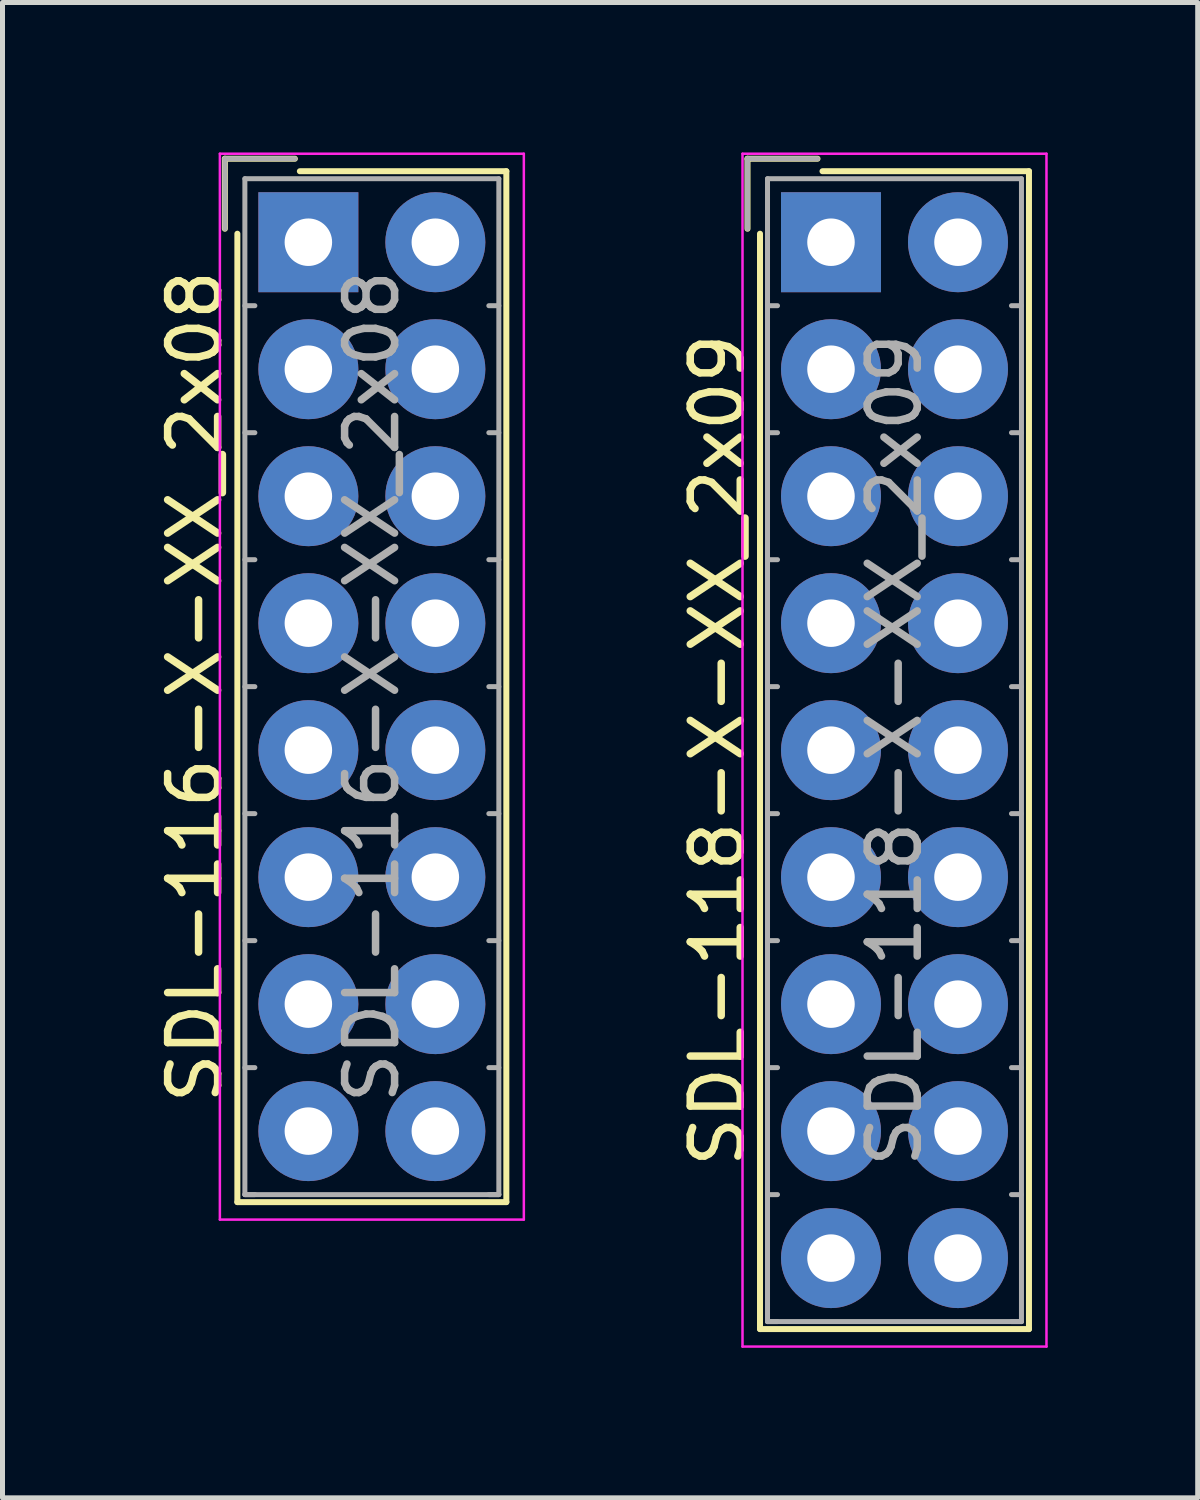
<source format=kicad_pcb>
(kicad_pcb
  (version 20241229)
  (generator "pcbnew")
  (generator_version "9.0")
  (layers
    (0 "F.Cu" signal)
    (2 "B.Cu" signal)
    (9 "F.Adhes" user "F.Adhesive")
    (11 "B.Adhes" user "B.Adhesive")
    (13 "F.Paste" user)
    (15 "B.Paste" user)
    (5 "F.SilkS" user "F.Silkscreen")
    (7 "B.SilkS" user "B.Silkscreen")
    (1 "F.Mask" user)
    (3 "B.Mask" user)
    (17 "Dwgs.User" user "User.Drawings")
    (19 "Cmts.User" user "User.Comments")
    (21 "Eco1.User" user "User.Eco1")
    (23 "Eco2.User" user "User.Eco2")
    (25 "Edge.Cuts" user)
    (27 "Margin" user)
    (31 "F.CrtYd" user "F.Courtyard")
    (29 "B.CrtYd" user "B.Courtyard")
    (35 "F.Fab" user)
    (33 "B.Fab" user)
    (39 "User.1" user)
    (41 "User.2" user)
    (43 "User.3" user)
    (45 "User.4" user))
  (footprint "SDL-116-X-XX_2x08"
    (layer "F.Cu")
    (at 3.118 1.795)
    (property "Reference" "SDL-116-X-XX_2x08" (at -2.27 8.89 90) (layer "F.SilkS") (effects (font (size 1 1) (thickness 0.15))))
    (attr through_hole)
    (fp_line (start -1.67 -1.67) (end -1.67 -0.27) (stroke (width 0.12) (type solid)) (layer "F.SilkS"))
    (fp_line (start -1.42 19.2) (end -1.42 -0.17) (stroke (width 0.12) (type solid)) (layer "F.SilkS"))
    (fp_line (start -0.27 -1.67) (end -1.67 -1.67) (stroke (width 0.12) (type solid)) (layer "F.SilkS"))
    (fp_line (start -0.17 -1.42) (end 3.96 -1.42) (stroke (width 0.12) (type solid)) (layer "F.SilkS"))
    (fp_line (start 3.96 -1.42) (end 3.96 19.2) (stroke (width 0.12) (type solid)) (layer "F.SilkS"))
    (fp_line (start 3.96 19.2) (end -1.42 19.2) (stroke (width 0.12) (type solid)) (layer "F.SilkS"))
    (fp_line (start -1.77 -1.77) (end -1.77 19.55) (stroke (width 0.05) (type solid)) (layer "F.CrtYd"))
    (fp_line (start -1.77 19.55) (end 4.31 19.55) (stroke (width 0.05) (type solid)) (layer "F.CrtYd"))
    (fp_line (start 4.31 -1.77) (end -1.77 -1.77) (stroke (width 0.05) (type solid)) (layer "F.CrtYd"))
    (fp_line (start 4.31 19.55) (end 4.31 -1.77) (stroke (width 0.05) (type solid)) (layer "F.CrtYd"))
    (fp_line (start -1.67 -1.67) (end -1.67 -0.27) (stroke (width 0.1) (type solid)) (layer "F.Fab"))
    (fp_line (start -1.27 -1.27) (end -1.27 19.05) (stroke (width 0.1) (type solid)) (layer "F.Fab"))
    (fp_line (start -1.27 1.27) (end -1.07 1.27) (stroke (width 0.1) (type solid)) (layer "F.Fab"))
    (fp_line (start -1.27 3.81) (end -1.07 3.81) (stroke (width 0.1) (type solid)) (layer "F.Fab"))
    (fp_line (start -1.27 6.35) (end -1.07 6.35) (stroke (width 0.1) (type solid)) (layer "F.Fab"))
    (fp_line (start -1.27 8.89) (end -1.07 8.89) (stroke (width 0.1) (type solid)) (layer "F.Fab"))
    (fp_line (start -1.27 11.43) (end -1.07 11.43) (stroke (width 0.1) (type solid)) (layer "F.Fab"))
    (fp_line (start -1.27 13.97) (end -1.07 13.97) (stroke (width 0.1) (type solid)) (layer "F.Fab"))
    (fp_line (start -1.27 16.51) (end -1.07 16.51) (stroke (width 0.1) (type solid)) (layer "F.Fab"))
    (fp_line (start -1.27 19.05) (end -1.07 19.05) (stroke (width 0.1) (type solid)) (layer "F.Fab"))
    (fp_line (start -1.27 19.05) (end 3.81 19.05) (stroke (width 0.1) (type solid)) (layer "F.Fab"))
    (fp_line (start -0.27 -1.67) (end -1.67 -1.67) (stroke (width 0.1) (type solid)) (layer "F.Fab"))
    (fp_line (start 3.81 -1.27) (end -1.27 -1.27) (stroke (width 0.1) (type solid)) (layer "F.Fab"))
    (fp_line (start 3.81 1.27) (end 3.61 1.27) (stroke (width 0.1) (type solid)) (layer "F.Fab"))
    (fp_line (start 3.81 3.81) (end 3.61 3.81) (stroke (width 0.1) (type solid)) (layer "F.Fab"))
    (fp_line (start 3.81 6.35) (end 3.61 6.35) (stroke (width 0.1) (type solid)) (layer "F.Fab"))
    (fp_line (start 3.81 8.89) (end 3.61 8.89) (stroke (width 0.1) (type solid)) (layer "F.Fab"))
    (fp_line (start 3.81 11.43) (end 3.61 11.43) (stroke (width 0.1) (type solid)) (layer "F.Fab"))
    (fp_line (start 3.81 13.97) (end 3.61 13.97) (stroke (width 0.1) (type solid)) (layer "F.Fab"))
    (fp_line (start 3.81 16.51) (end 3.61 16.51) (stroke (width 0.1) (type solid)) (layer "F.Fab"))
    (fp_line (start 3.81 19.05) (end 3.61 19.05) (stroke (width 0.1) (type solid)) (layer "F.Fab"))
    (fp_line (start 3.81 19.05) (end 3.81 -1.27) (stroke (width 0.1) (type solid)) (layer "F.Fab"))
    (fp_text user "${REFERENCE}" (at 1.27 8.89 90) (layer "F.Fab") (effects (font (size 1 1) (thickness 0.15))))
    (pad "1" thru_hole rect (at 0 0) (size 2 2) (drill 0.95) (layers "*.Cu" "*.Mask"))
    (pad "2" thru_hole circle (at 2.54 0) (size 2 2) (drill 0.95) (layers "*.Cu" "*.Mask"))
    (pad "3" thru_hole circle (at 0 2.54) (size 2 2) (drill 0.95) (layers "*.Cu" "*.Mask"))
    (pad "4" thru_hole circle (at 2.54 2.54) (size 2 2) (drill 0.95) (layers "*.Cu" "*.Mask"))
    (pad "5" thru_hole circle (at 0 5.08) (size 2 2) (drill 0.95) (layers "*.Cu" "*.Mask"))
    (pad "6" thru_hole circle (at 2.54 5.08) (size 2 2) (drill 0.95) (layers "*.Cu" "*.Mask"))
    (pad "7" thru_hole circle (at 0 7.62) (size 2 2) (drill 0.95) (layers "*.Cu" "*.Mask"))
    (pad "8" thru_hole circle (at 2.54 7.62) (size 2 2) (drill 0.95) (layers "*.Cu" "*.Mask"))
    (pad "9" thru_hole circle (at 0 10.16) (size 2 2) (drill 0.95) (layers "*.Cu" "*.Mask"))
    (pad "10" thru_hole circle (at 2.54 10.16) (size 2 2) (drill 0.95) (layers "*.Cu" "*.Mask"))
    (pad "11" thru_hole circle (at 0 12.7) (size 2 2) (drill 0.95) (layers "*.Cu" "*.Mask"))
    (pad "12" thru_hole circle (at 2.54 12.7) (size 2 2) (drill 0.95) (layers "*.Cu" "*.Mask"))
    (pad "13" thru_hole circle (at 0 15.24) (size 2 2) (drill 0.95) (layers "*.Cu" "*.Mask"))
    (pad "14" thru_hole circle (at 2.54 15.24) (size 2 2) (drill 0.95) (layers "*.Cu" "*.Mask"))
    (pad "15" thru_hole circle (at 0 17.78) (size 2 2) (drill 0.95) (layers "*.Cu" "*.Mask"))
    (pad "16" thru_hole circle (at 2.54 17.78) (size 2 2) (drill 0.95) (layers "*.Cu" "*.Mask")))
  (footprint "SDL-118-X-XX_2x09"
    (layer "F.Cu")
    (at 13.572 1.795)
    (property "Reference" "SDL-118-X-XX_2x09" (at -2.27 10.16 90) (layer "F.SilkS") (effects (font (size 1 1) (thickness 0.15))))
    (attr through_hole)
    (fp_line (start -1.67 -1.67) (end -1.67 -0.27) (stroke (width 0.12) (type solid)) (layer "F.SilkS"))
    (fp_line (start -1.42 21.74) (end -1.42 -0.17) (stroke (width 0.12) (type solid)) (layer "F.SilkS"))
    (fp_line (start -0.27 -1.67) (end -1.67 -1.67) (stroke (width 0.12) (type solid)) (layer "F.SilkS"))
    (fp_line (start -0.17 -1.42) (end 3.96 -1.42) (stroke (width 0.12) (type solid)) (layer "F.SilkS"))
    (fp_line (start 3.96 -1.42) (end 3.96 21.74) (stroke (width 0.12) (type solid)) (layer "F.SilkS"))
    (fp_line (start 3.96 21.74) (end -1.42 21.74) (stroke (width 0.12) (type solid)) (layer "F.SilkS"))
    (fp_line (start -1.77 -1.77) (end -1.77 22.09) (stroke (width 0.05) (type solid)) (layer "F.CrtYd"))
    (fp_line (start -1.77 22.09) (end 4.31 22.09) (stroke (width 0.05) (type solid)) (layer "F.CrtYd"))
    (fp_line (start 4.31 -1.77) (end -1.77 -1.77) (stroke (width 0.05) (type solid)) (layer "F.CrtYd"))
    (fp_line (start 4.31 22.09) (end 4.31 -1.77) (stroke (width 0.05) (type solid)) (layer "F.CrtYd"))
    (fp_line (start -1.67 -1.67) (end -1.67 -0.27) (stroke (width 0.1) (type solid)) (layer "F.Fab"))
    (fp_line (start -1.27 -1.27) (end -1.27 21.59) (stroke (width 0.1) (type solid)) (layer "F.Fab"))
    (fp_line (start -1.27 1.27) (end -1.07 1.27) (stroke (width 0.1) (type solid)) (layer "F.Fab"))
    (fp_line (start -1.27 3.81) (end -1.07 3.81) (stroke (width 0.1) (type solid)) (layer "F.Fab"))
    (fp_line (start -1.27 6.35) (end -1.07 6.35) (stroke (width 0.1) (type solid)) (layer "F.Fab"))
    (fp_line (start -1.27 8.89) (end -1.07 8.89) (stroke (width 0.1) (type solid)) (layer "F.Fab"))
    (fp_line (start -1.27 11.43) (end -1.07 11.43) (stroke (width 0.1) (type solid)) (layer "F.Fab"))
    (fp_line (start -1.27 13.97) (end -1.07 13.97) (stroke (width 0.1) (type solid)) (layer "F.Fab"))
    (fp_line (start -1.27 16.51) (end -1.07 16.51) (stroke (width 0.1) (type solid)) (layer "F.Fab"))
    (fp_line (start -1.27 19.05) (end -1.07 19.05) (stroke (width 0.1) (type solid)) (layer "F.Fab"))
    (fp_line (start -1.27 21.59) (end -1.07 21.59) (stroke (width 0.1) (type solid)) (layer "F.Fab"))
    (fp_line (start -1.27 21.59) (end 3.81 21.59) (stroke (width 0.1) (type solid)) (layer "F.Fab"))
    (fp_line (start -0.27 -1.67) (end -1.67 -1.67) (stroke (width 0.1) (type solid)) (layer "F.Fab"))
    (fp_line (start 3.81 -1.27) (end -1.27 -1.27) (stroke (width 0.1) (type solid)) (layer "F.Fab"))
    (fp_line (start 3.81 1.27) (end 3.61 1.27) (stroke (width 0.1) (type solid)) (layer "F.Fab"))
    (fp_line (start 3.81 3.81) (end 3.61 3.81) (stroke (width 0.1) (type solid)) (layer "F.Fab"))
    (fp_line (start 3.81 6.35) (end 3.61 6.35) (stroke (width 0.1) (type solid)) (layer "F.Fab"))
    (fp_line (start 3.81 8.89) (end 3.61 8.89) (stroke (width 0.1) (type solid)) (layer "F.Fab"))
    (fp_line (start 3.81 11.43) (end 3.61 11.43) (stroke (width 0.1) (type solid)) (layer "F.Fab"))
    (fp_line (start 3.81 13.97) (end 3.61 13.97) (stroke (width 0.1) (type solid)) (layer "F.Fab"))
    (fp_line (start 3.81 16.51) (end 3.61 16.51) (stroke (width 0.1) (type solid)) (layer "F.Fab"))
    (fp_line (start 3.81 19.05) (end 3.61 19.05) (stroke (width 0.1) (type solid)) (layer "F.Fab"))
    (fp_line (start 3.81 21.59) (end 3.61 21.59) (stroke (width 0.1) (type solid)) (layer "F.Fab"))
    (fp_line (start 3.81 21.59) (end 3.81 -1.27) (stroke (width 0.1) (type solid)) (layer "F.Fab"))
    (fp_text user "${REFERENCE}" (at 1.27 10.16 90) (layer "F.Fab") (effects (font (size 1 1) (thickness 0.15))))
    (pad "1" thru_hole rect (at 0 0) (size 2 2) (drill 0.95) (layers "*.Cu" "*.Mask"))
    (pad "2" thru_hole circle (at 2.54 0) (size 2 2) (drill 0.95) (layers "*.Cu" "*.Mask"))
    (pad "3" thru_hole circle (at 0 2.54) (size 2 2) (drill 0.95) (layers "*.Cu" "*.Mask"))
    (pad "4" thru_hole circle (at 2.54 2.54) (size 2 2) (drill 0.95) (layers "*.Cu" "*.Mask"))
    (pad "5" thru_hole circle (at 0 5.08) (size 2 2) (drill 0.95) (layers "*.Cu" "*.Mask"))
    (pad "6" thru_hole circle (at 2.54 5.08) (size 2 2) (drill 0.95) (layers "*.Cu" "*.Mask"))
    (pad "7" thru_hole circle (at 0 7.62) (size 2 2) (drill 0.95) (layers "*.Cu" "*.Mask"))
    (pad "8" thru_hole circle (at 2.54 7.62) (size 2 2) (drill 0.95) (layers "*.Cu" "*.Mask"))
    (pad "9" thru_hole circle (at 0 10.16) (size 2 2) (drill 0.95) (layers "*.Cu" "*.Mask"))
    (pad "10" thru_hole circle (at 2.54 10.16) (size 2 2) (drill 0.95) (layers "*.Cu" "*.Mask"))
    (pad "11" thru_hole circle (at 0 12.7) (size 2 2) (drill 0.95) (layers "*.Cu" "*.Mask"))
    (pad "12" thru_hole circle (at 2.54 12.7) (size 2 2) (drill 0.95) (layers "*.Cu" "*.Mask"))
    (pad "13" thru_hole circle (at 0 15.24) (size 2 2) (drill 0.95) (layers "*.Cu" "*.Mask"))
    (pad "14" thru_hole circle (at 2.54 15.24) (size 2 2) (drill 0.95) (layers "*.Cu" "*.Mask"))
    (pad "15" thru_hole circle (at 0 17.78) (size 2 2) (drill 0.95) (layers "*.Cu" "*.Mask"))
    (pad "16" thru_hole circle (at 2.54 17.78) (size 2 2) (drill 0.95) (layers "*.Cu" "*.Mask"))
    (pad "17" thru_hole circle (at 0 20.32) (size 2 2) (drill 0.95) (layers "*.Cu" "*.Mask"))
    (pad "18" thru_hole circle (at 2.54 20.32) (size 2 2) (drill 0.95) (layers "*.Cu" "*.Mask")))
  (gr_rect
    (start -3 -3)
    (end 20.907 26.91)
    (stroke (width 0.1) (type default))
    (fill no)
    (layer "Edge.Cuts")))
</source>
